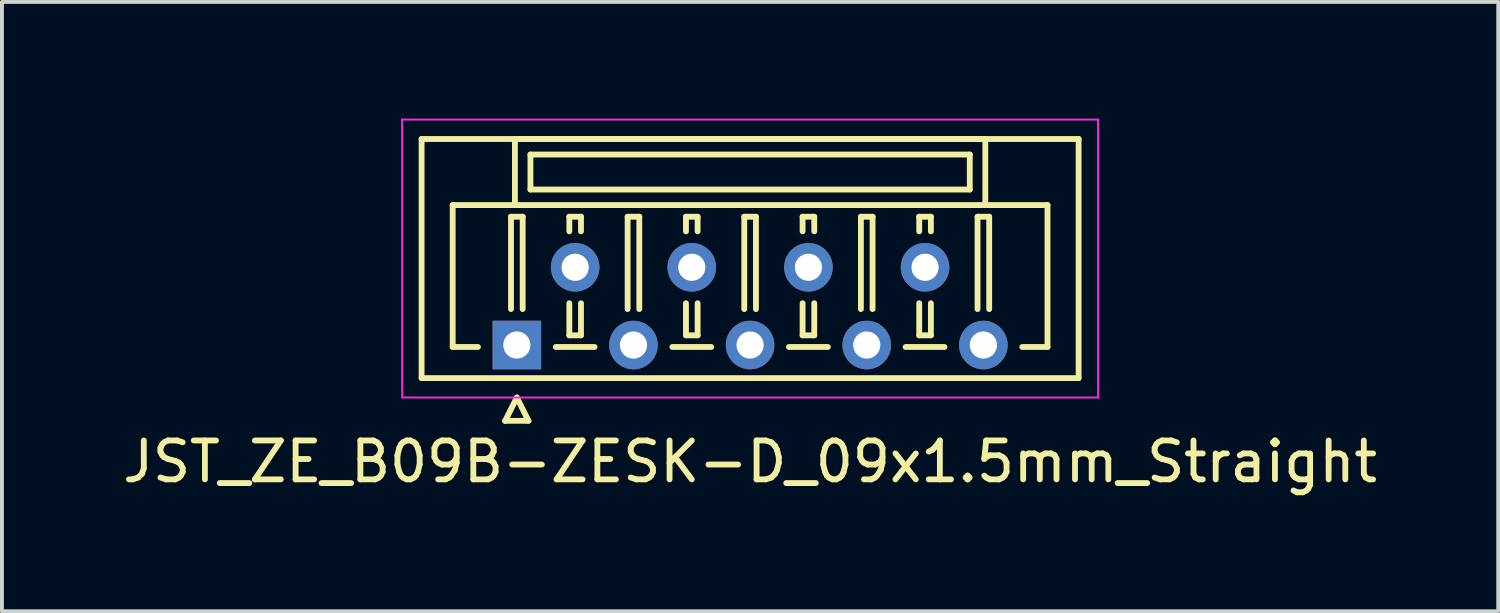
<source format=kicad_pcb>
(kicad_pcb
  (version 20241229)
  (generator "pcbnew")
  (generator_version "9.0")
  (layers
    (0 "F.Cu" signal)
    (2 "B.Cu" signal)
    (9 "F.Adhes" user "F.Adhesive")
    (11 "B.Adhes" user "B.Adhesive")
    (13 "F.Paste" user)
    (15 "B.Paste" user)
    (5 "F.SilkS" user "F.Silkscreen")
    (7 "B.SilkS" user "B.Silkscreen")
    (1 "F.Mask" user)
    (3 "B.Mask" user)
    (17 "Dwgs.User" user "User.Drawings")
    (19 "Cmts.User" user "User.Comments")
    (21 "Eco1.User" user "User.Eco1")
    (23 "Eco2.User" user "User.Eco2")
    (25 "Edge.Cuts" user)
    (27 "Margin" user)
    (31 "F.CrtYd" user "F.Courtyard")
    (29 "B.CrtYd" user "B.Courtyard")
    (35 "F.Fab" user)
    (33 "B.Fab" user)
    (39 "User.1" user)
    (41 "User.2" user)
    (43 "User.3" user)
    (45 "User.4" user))
  (footprint "JST_ZE_B09B-ZESK-D_09x1.5mm_Straight"
    (layer "F.Cu")
    (at 10.244 5.825)
    (property "Reference" "JST_ZE_B09B-ZESK-D_09x1.5mm_Straight" (at 6 3 0) (layer "F.SilkS") (effects (font (size 1 1) (thickness 0.15))))
    (attr through_hole)
    (fp_line (start -2.45 -5.3) (end -2.45 0.85) (stroke (width 0.15) (type solid)) (layer "F.SilkS"))
    (fp_line (start -2.45 0.85) (end 14.45 0.85) (stroke (width 0.15) (type solid)) (layer "F.SilkS"))
    (fp_line (start -1.65 -3.6) (end -1.65 0.05) (stroke (width 0.15) (type solid)) (layer "F.SilkS"))
    (fp_line (start -1.65 0.05) (end -1 0.05) (stroke (width 0.15) (type solid)) (layer "F.SilkS"))
    (fp_line (start -0.3 1.95) (end 0 1.35) (stroke (width 0.15) (type solid)) (layer "F.SilkS"))
    (fp_line (start -0.15 -3.3) (end 0.15 -3.3) (stroke (width 0.15) (type solid)) (layer "F.SilkS"))
    (fp_line (start -0.15 -0.925) (end -0.15 -3.3) (stroke (width 0.15) (type solid)) (layer "F.SilkS"))
    (fp_line (start -0.05 -5.3) (end -0.05 -3.6) (stroke (width 0.15) (type solid)) (layer "F.SilkS"))
    (fp_line (start -0.05 -3.6) (end -1.65 -3.6) (stroke (width 0.15) (type solid)) (layer "F.SilkS"))
    (fp_line (start -0.05 -3.6) (end 12.05 -3.6) (stroke (width 0.15) (type solid)) (layer "F.SilkS"))
    (fp_line (start 0 1.35) (end 0.3 1.95) (stroke (width 0.15) (type solid)) (layer "F.SilkS"))
    (fp_line (start 0.15 -3.3) (end 0.15 -0.925) (stroke (width 0.15) (type solid)) (layer "F.SilkS"))
    (fp_line (start 0.3 1.95) (end -0.3 1.95) (stroke (width 0.15) (type solid)) (layer "F.SilkS"))
    (fp_line (start 0.35 -4.9) (end 0.35 -4) (stroke (width 0.15) (type solid)) (layer "F.SilkS"))
    (fp_line (start 0.35 -4) (end 11.65 -4) (stroke (width 0.15) (type solid)) (layer "F.SilkS"))
    (fp_line (start 1 0.05) (end 2 0.05) (stroke (width 0.15) (type solid)) (layer "F.SilkS"))
    (fp_line (start 1.35 -3.3) (end 1.65 -3.3) (stroke (width 0.15) (type solid)) (layer "F.SilkS"))
    (fp_line (start 1.35 -2.925) (end 1.35 -3.3) (stroke (width 0.15) (type solid)) (layer "F.SilkS"))
    (fp_line (start 1.35 -1.075) (end 1.35 -0.25) (stroke (width 0.15) (type solid)) (layer "F.SilkS"))
    (fp_line (start 1.35 -0.25) (end 1.65 -0.25) (stroke (width 0.15) (type solid)) (layer "F.SilkS"))
    (fp_line (start 1.65 -3.3) (end 1.65 -2.925) (stroke (width 0.15) (type solid)) (layer "F.SilkS"))
    (fp_line (start 1.65 -0.25) (end 1.65 -1.075) (stroke (width 0.15) (type solid)) (layer "F.SilkS"))
    (fp_line (start 2.85 -3.3) (end 3.15 -3.3) (stroke (width 0.15) (type solid)) (layer "F.SilkS"))
    (fp_line (start 2.85 -0.925) (end 2.85 -3.3) (stroke (width 0.15) (type solid)) (layer "F.SilkS"))
    (fp_line (start 3.15 -3.3) (end 3.15 -0.925) (stroke (width 0.15) (type solid)) (layer "F.SilkS"))
    (fp_line (start 4 0.05) (end 5 0.05) (stroke (width 0.15) (type solid)) (layer "F.SilkS"))
    (fp_line (start 4.35 -3.3) (end 4.65 -3.3) (stroke (width 0.15) (type solid)) (layer "F.SilkS"))
    (fp_line (start 4.35 -2.925) (end 4.35 -3.3) (stroke (width 0.15) (type solid)) (layer "F.SilkS"))
    (fp_line (start 4.35 -1.075) (end 4.35 -0.25) (stroke (width 0.15) (type solid)) (layer "F.SilkS"))
    (fp_line (start 4.35 -0.25) (end 4.65 -0.25) (stroke (width 0.15) (type solid)) (layer "F.SilkS"))
    (fp_line (start 4.65 -3.3) (end 4.65 -2.925) (stroke (width 0.15) (type solid)) (layer "F.SilkS"))
    (fp_line (start 4.65 -0.25) (end 4.65 -1.075) (stroke (width 0.15) (type solid)) (layer "F.SilkS"))
    (fp_line (start 5.85 -3.3) (end 6.15 -3.3) (stroke (width 0.15) (type solid)) (layer "F.SilkS"))
    (fp_line (start 5.85 -0.925) (end 5.85 -3.3) (stroke (width 0.15) (type solid)) (layer "F.SilkS"))
    (fp_line (start 6.15 -3.3) (end 6.15 -0.925) (stroke (width 0.15) (type solid)) (layer "F.SilkS"))
    (fp_line (start 7 0.05) (end 8 0.05) (stroke (width 0.15) (type solid)) (layer "F.SilkS"))
    (fp_line (start 7.35 -3.3) (end 7.65 -3.3) (stroke (width 0.15) (type solid)) (layer "F.SilkS"))
    (fp_line (start 7.35 -2.925) (end 7.35 -3.3) (stroke (width 0.15) (type solid)) (layer "F.SilkS"))
    (fp_line (start 7.35 -1.075) (end 7.35 -0.25) (stroke (width 0.15) (type solid)) (layer "F.SilkS"))
    (fp_line (start 7.35 -0.25) (end 7.65 -0.25) (stroke (width 0.15) (type solid)) (layer "F.SilkS"))
    (fp_line (start 7.65 -3.3) (end 7.65 -2.925) (stroke (width 0.15) (type solid)) (layer "F.SilkS"))
    (fp_line (start 7.65 -0.25) (end 7.65 -1.075) (stroke (width 0.15) (type solid)) (layer "F.SilkS"))
    (fp_line (start 8.85 -3.3) (end 9.15 -3.3) (stroke (width 0.15) (type solid)) (layer "F.SilkS"))
    (fp_line (start 8.85 -0.925) (end 8.85 -3.3) (stroke (width 0.15) (type solid)) (layer "F.SilkS"))
    (fp_line (start 9.15 -3.3) (end 9.15 -0.925) (stroke (width 0.15) (type solid)) (layer "F.SilkS"))
    (fp_line (start 10 0.05) (end 11 0.05) (stroke (width 0.15) (type solid)) (layer "F.SilkS"))
    (fp_line (start 10.35 -3.3) (end 10.65 -3.3) (stroke (width 0.15) (type solid)) (layer "F.SilkS"))
    (fp_line (start 10.35 -2.925) (end 10.35 -3.3) (stroke (width 0.15) (type solid)) (layer "F.SilkS"))
    (fp_line (start 10.35 -1.075) (end 10.35 -0.25) (stroke (width 0.15) (type solid)) (layer "F.SilkS"))
    (fp_line (start 10.35 -0.25) (end 10.65 -0.25) (stroke (width 0.15) (type solid)) (layer "F.SilkS"))
    (fp_line (start 10.65 -3.3) (end 10.65 -2.925) (stroke (width 0.15) (type solid)) (layer "F.SilkS"))
    (fp_line (start 10.65 -0.25) (end 10.65 -1.075) (stroke (width 0.15) (type solid)) (layer "F.SilkS"))
    (fp_line (start 11.65 -4.9) (end 0.35 -4.9) (stroke (width 0.15) (type solid)) (layer "F.SilkS"))
    (fp_line (start 11.65 -4) (end 11.65 -4.9) (stroke (width 0.15) (type solid)) (layer "F.SilkS"))
    (fp_line (start 11.85 -3.3) (end 12.15 -3.3) (stroke (width 0.15) (type solid)) (layer "F.SilkS"))
    (fp_line (start 11.85 -0.925) (end 11.85 -3.3) (stroke (width 0.15) (type solid)) (layer "F.SilkS"))
    (fp_line (start 12.05 -5.3) (end -0.05 -5.3) (stroke (width 0.15) (type solid)) (layer "F.SilkS"))
    (fp_line (start 12.05 -3.6) (end 12.05 -5.3) (stroke (width 0.15) (type solid)) (layer "F.SilkS"))
    (fp_line (start 12.05 -3.6) (end 13.65 -3.6) (stroke (width 0.15) (type solid)) (layer "F.SilkS"))
    (fp_line (start 12.15 -3.3) (end 12.15 -0.925) (stroke (width 0.15) (type solid)) (layer "F.SilkS"))
    (fp_line (start 13.65 -3.6) (end 13.65 0.05) (stroke (width 0.15) (type solid)) (layer "F.SilkS"))
    (fp_line (start 13.65 0.05) (end 13 0.05) (stroke (width 0.15) (type solid)) (layer "F.SilkS"))
    (fp_line (start 14.45 -5.3) (end -2.45 -5.3) (stroke (width 0.15) (type solid)) (layer "F.SilkS"))
    (fp_line (start 14.45 0.85) (end 14.45 -5.3) (stroke (width 0.15) (type solid)) (layer "F.SilkS"))
    (fp_line (start -2.95 -5.8) (end -2.95 1.35) (stroke (width 0.05) (type solid)) (layer "F.CrtYd"))
    (fp_line (start -2.95 1.35) (end 14.95 1.35) (stroke (width 0.05) (type solid)) (layer "F.CrtYd"))
    (fp_line (start 14.95 -5.8) (end -2.95 -5.8) (stroke (width 0.05) (type solid)) (layer "F.CrtYd"))
    (fp_line (start 14.95 1.35) (end 14.95 -5.8) (stroke (width 0.05) (type solid)) (layer "F.CrtYd"))
    (pad "1" thru_hole rect (at 0 0) (size 1.25 1.25) (drill 0.7) (layers "*.Cu" "*.Mask"))
    (pad "2" thru_hole circle (at 1.5 -2) (size 1.25 1.25) (drill 0.7) (layers "*.Cu" "*.Mask"))
    (pad "3" thru_hole circle (at 3 0) (size 1.25 1.25) (drill 0.7) (layers "*.Cu" "*.Mask"))
    (pad "4" thru_hole circle (at 4.5 -2) (size 1.25 1.25) (drill 0.7) (layers "*.Cu" "*.Mask"))
    (pad "5" thru_hole circle (at 6 0) (size 1.25 1.25) (drill 0.7) (layers "*.Cu" "*.Mask"))
    (pad "6" thru_hole circle (at 7.5 -2) (size 1.25 1.25) (drill 0.7) (layers "*.Cu" "*.Mask"))
    (pad "7" thru_hole circle (at 9 0) (size 1.25 1.25) (drill 0.7) (layers "*.Cu" "*.Mask"))
    (pad "8" thru_hole circle (at 10.5 -2) (size 1.25 1.25) (drill 0.7) (layers "*.Cu" "*.Mask"))
    (pad "9" thru_hole circle (at 12 0) (size 1.25 1.25) (drill 0.7) (layers "*.Cu" "*.Mask")))
  (gr_rect
    (start -3 -3)
    (end 35.488 12.673)
    (stroke (width 0.1) (type default))
    (fill no)
    (layer "Edge.Cuts")))
</source>
